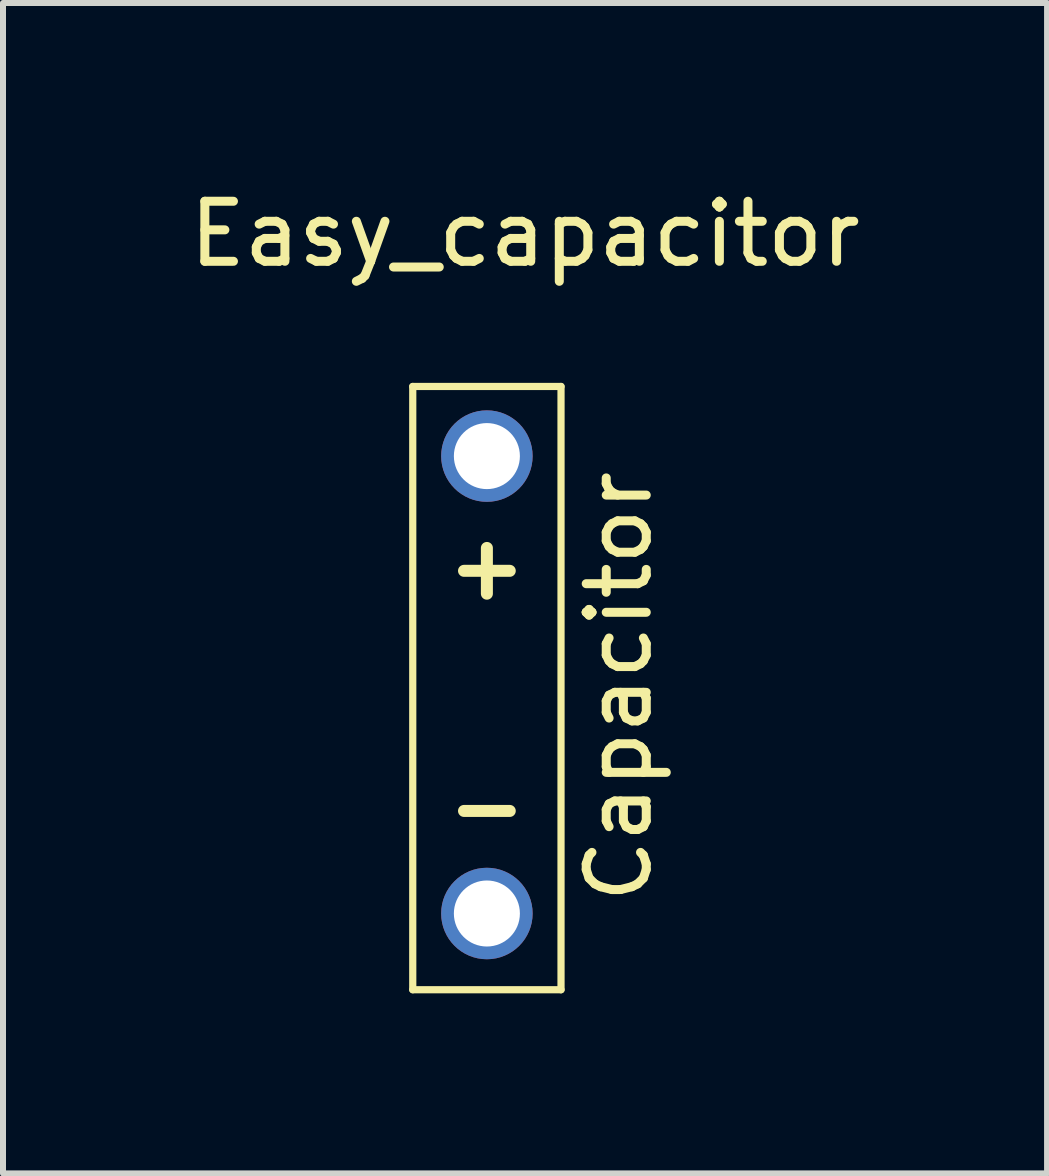
<source format=kicad_pcb>
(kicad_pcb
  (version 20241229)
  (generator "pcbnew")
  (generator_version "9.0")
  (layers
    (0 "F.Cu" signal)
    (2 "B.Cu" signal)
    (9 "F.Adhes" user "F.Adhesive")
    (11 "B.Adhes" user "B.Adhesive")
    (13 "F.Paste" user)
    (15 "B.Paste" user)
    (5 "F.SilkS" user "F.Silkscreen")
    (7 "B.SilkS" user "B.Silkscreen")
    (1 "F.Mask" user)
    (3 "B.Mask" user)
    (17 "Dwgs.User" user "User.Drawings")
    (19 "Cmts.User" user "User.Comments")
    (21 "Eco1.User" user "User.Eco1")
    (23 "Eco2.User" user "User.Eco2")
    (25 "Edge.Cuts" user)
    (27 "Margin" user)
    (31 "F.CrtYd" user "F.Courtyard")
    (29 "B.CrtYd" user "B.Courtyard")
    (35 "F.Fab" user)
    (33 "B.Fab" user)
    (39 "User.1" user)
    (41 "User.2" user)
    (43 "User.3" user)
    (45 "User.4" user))
  (footprint "Easy_capacitor"
    (layer "F.Cu")
    (at 5.061 3.388)
    (property "Reference" "Easy_capacitor" (at 0.635 -2.54 0) (layer "F.SilkS") (effects (font (size 1 1) (thickness 0.15))))
    (attr through_hole)
    (fp_line (start -1.235 0) (end 1.235 0) (stroke (width 0.12) (type solid)) (layer "F.SilkS"))
    (fp_line (start -1.235 10.05) (end -1.235 0) (stroke (width 0.12) (type solid)) (layer "F.SilkS"))
    (fp_line (start 1.235 0) (end 1.235 10.05) (stroke (width 0.12) (type solid)) (layer "F.SilkS"))
    (fp_line (start 1.235 10.05) (end -1.235 10.05) (stroke (width 0.12) (type solid)) (layer "F.SilkS"))
    (fp_text user "Capacitor" (at 2.2 5 90) (layer "F.SilkS") (effects (font (size 1 1) (thickness 0.15))))
    (fp_text user "-" (at 0 7 0) (layer "F.SilkS") (effects (font (size 1 1) (thickness 0.2) (bold yes))))
    (fp_text user "+" (at 0 3 0) (layer "F.SilkS") (effects (font (size 1 1) (thickness 0.2) (bold yes))))
    (pad "1" thru_hole circle (at 0 1.16) (size 1.524 1.524) (drill 1.1) (layers "*.Cu" "*.Mask"))
    (pad "2" thru_hole circle (at 0 8.78) (size 1.524 1.524) (drill 1.1) (layers "*.Cu" "*.Mask")))
  (gr_rect
    (start -3 -3)
    (end 14.393 16.498)
    (stroke (width 0.1) (type default))
    (fill no)
    (layer "Edge.Cuts")))
</source>
